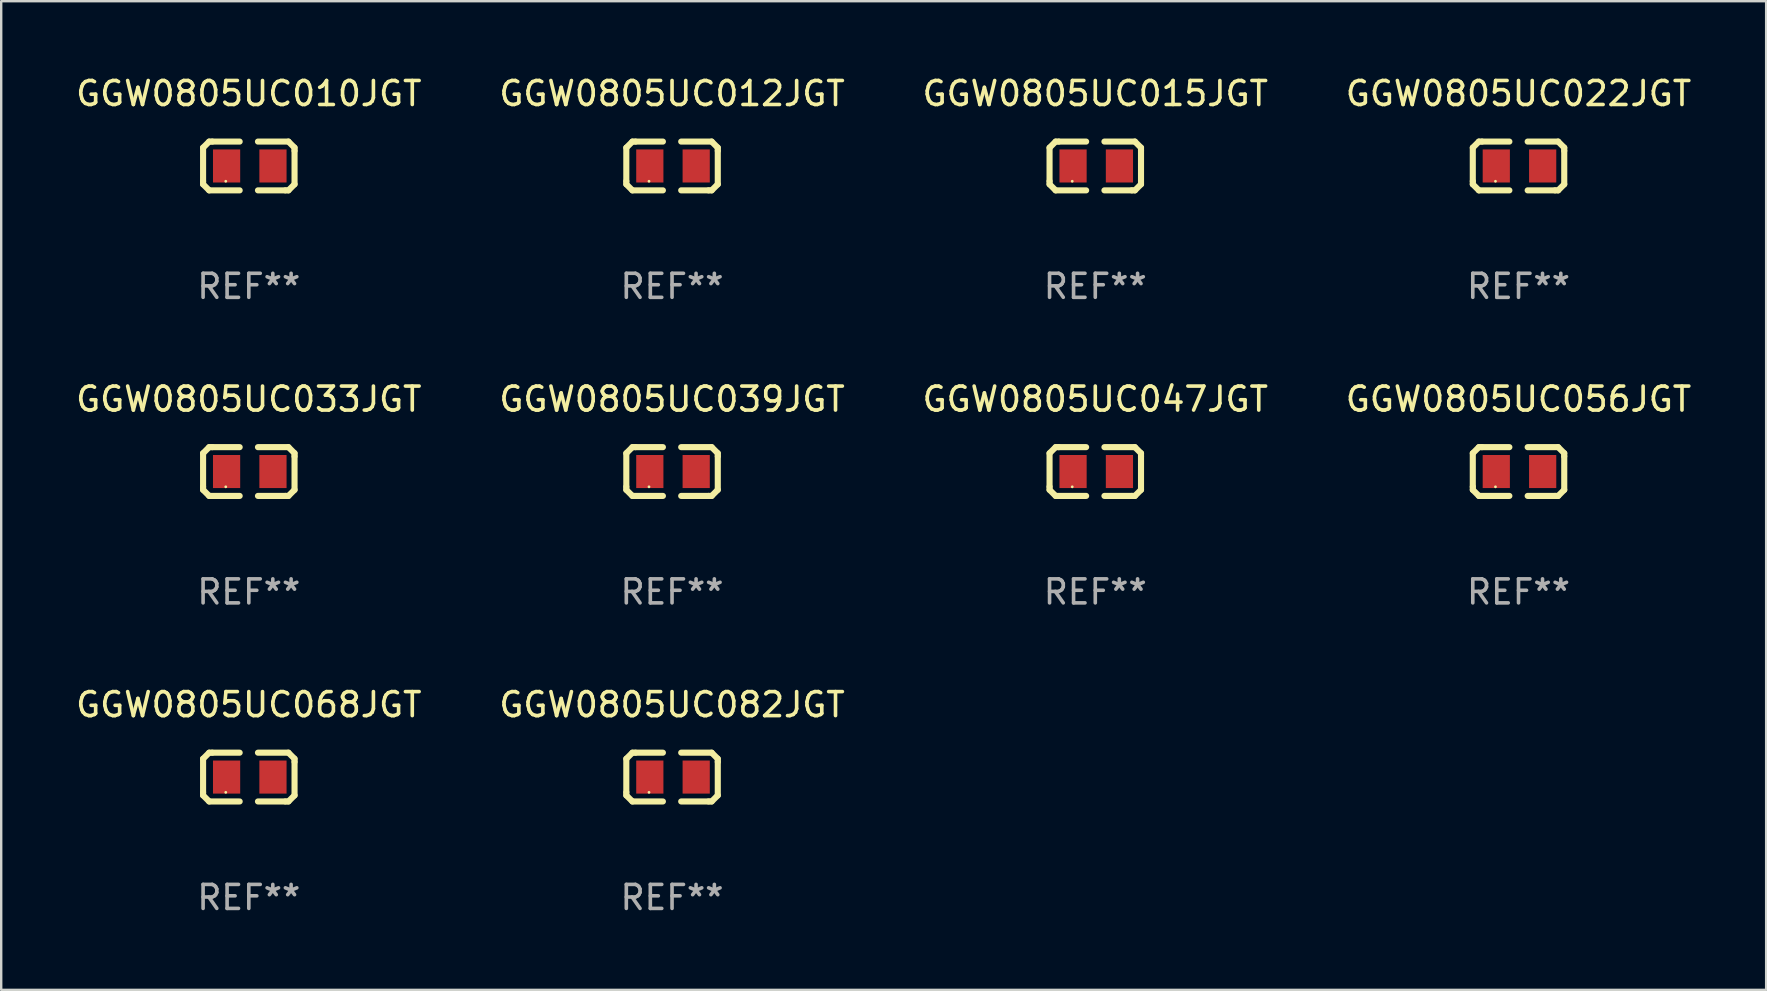
<source format=kicad_pcb>
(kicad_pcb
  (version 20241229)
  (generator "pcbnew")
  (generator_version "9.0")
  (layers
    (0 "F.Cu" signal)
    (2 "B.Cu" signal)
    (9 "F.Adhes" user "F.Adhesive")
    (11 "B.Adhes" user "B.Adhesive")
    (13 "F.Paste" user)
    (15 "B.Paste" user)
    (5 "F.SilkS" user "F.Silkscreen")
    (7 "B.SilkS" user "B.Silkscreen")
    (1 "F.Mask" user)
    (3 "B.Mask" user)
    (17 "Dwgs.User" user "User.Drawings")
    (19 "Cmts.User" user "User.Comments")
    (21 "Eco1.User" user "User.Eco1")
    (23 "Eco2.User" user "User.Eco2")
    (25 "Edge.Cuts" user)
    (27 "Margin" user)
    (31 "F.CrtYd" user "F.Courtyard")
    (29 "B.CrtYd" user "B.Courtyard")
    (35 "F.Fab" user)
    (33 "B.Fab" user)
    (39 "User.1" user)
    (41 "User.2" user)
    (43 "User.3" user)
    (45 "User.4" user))
  (footprint "GGW0805UC033JGT"
    (layer "F.Cu")
    (at 7.315 16.593)
    (property "Reference" "GGW0805UC033JGT" (at 0 -3.016 0) (layer "F.SilkS") (effects (font (size 1 1) (thickness 0.15))))
    (attr through_hole)
    (fp_line (start -1.905 -0.762) (end -1.905 0.635) (stroke (width 0.254) (type solid)) (layer "F.SilkS"))
    (fp_line (start -1.905 0.635) (end -1.905 0.762) (stroke (width 0.254) (type solid)) (layer "F.SilkS"))
    (fp_line (start -1.905 0.762) (end -1.651 1.016) (stroke (width 0.254) (type solid)) (layer "F.SilkS"))
    (fp_line (start -1.651 -1.016) (end -1.905 -0.762) (stroke (width 0.254) (type solid)) (layer "F.SilkS"))
    (fp_line (start -1.651 1.016) (end -0.381 1.016) (stroke (width 0.254) (type solid)) (layer "F.SilkS"))
    (fp_line (start -1.524 -1.016) (end -1.651 -1.016) (stroke (width 0.254) (type solid)) (layer "F.SilkS"))
    (fp_line (start -0.381 -1.016) (end -1.524 -1.016) (stroke (width 0.254) (type solid)) (layer "F.SilkS"))
    (fp_line (start 0.381 1.016) (end 1.524 1.016) (stroke (width 0.254) (type solid)) (layer "F.SilkS"))
    (fp_line (start 1.524 1.016) (end 1.651 1.016) (stroke (width 0.254) (type solid)) (layer "F.SilkS"))
    (fp_line (start 1.651 -1.016) (end 0.381 -1.016) (stroke (width 0.254) (type solid)) (layer "F.SilkS"))
    (fp_line (start 1.651 1.016) (end 1.905 0.762) (stroke (width 0.254) (type solid)) (layer "F.SilkS"))
    (fp_line (start 1.905 -0.762) (end 1.651 -1.016) (stroke (width 0.254) (type solid)) (layer "F.SilkS"))
    (fp_line (start 1.905 -0.635) (end 1.905 -0.762) (stroke (width 0.254) (type solid)) (layer "F.SilkS"))
    (fp_line (start 1.905 0.762) (end 1.905 -0.635) (stroke (width 0.254) (type solid)) (layer "F.SilkS"))
    (fp_circle (center -0.96 0.637) (end -0.93 0.637) (stroke (width 0.06) (type solid)) (fill no) (layer "F.SilkS"))
    (fp_text user "REF**" (at 0 5.016 0) (layer "F.Fab") (effects (font (size 1 1) (thickness 0.15))))
    (pad "1" smd rect (at -0.926 -0.000051) (size 1.133 1.377) (layers "F.Cu" "F.Mask" "F.Paste"))
    (pad "2" smd rect (at 1.006 -0.000051) (size 1.133 1.377) (layers "F.Cu" "F.Mask" "F.Paste")))
  (footprint "GGW0805UC082JGT"
    (layer "F.Cu")
    (at 24.946 29.321)
    (property "Reference" "GGW0805UC082JGT" (at 0 -3.016 0) (layer "F.SilkS") (effects (font (size 1 1) (thickness 0.15))))
    (attr through_hole)
    (fp_line (start -1.905 -0.762) (end -1.905 0.635) (stroke (width 0.254) (type solid)) (layer "F.SilkS"))
    (fp_line (start -1.905 0.635) (end -1.905 0.762) (stroke (width 0.254) (type solid)) (layer "F.SilkS"))
    (fp_line (start -1.905 0.762) (end -1.651 1.016) (stroke (width 0.254) (type solid)) (layer "F.SilkS"))
    (fp_line (start -1.651 -1.016) (end -1.905 -0.762) (stroke (width 0.254) (type solid)) (layer "F.SilkS"))
    (fp_line (start -1.651 1.016) (end -0.381 1.016) (stroke (width 0.254) (type solid)) (layer "F.SilkS"))
    (fp_line (start -1.524 -1.016) (end -1.651 -1.016) (stroke (width 0.254) (type solid)) (layer "F.SilkS"))
    (fp_line (start -0.381 -1.016) (end -1.524 -1.016) (stroke (width 0.254) (type solid)) (layer "F.SilkS"))
    (fp_line (start 0.381 1.016) (end 1.524 1.016) (stroke (width 0.254) (type solid)) (layer "F.SilkS"))
    (fp_line (start 1.524 1.016) (end 1.651 1.016) (stroke (width 0.254) (type solid)) (layer "F.SilkS"))
    (fp_line (start 1.651 -1.016) (end 0.381 -1.016) (stroke (width 0.254) (type solid)) (layer "F.SilkS"))
    (fp_line (start 1.651 1.016) (end 1.905 0.762) (stroke (width 0.254) (type solid)) (layer "F.SilkS"))
    (fp_line (start 1.905 -0.762) (end 1.651 -1.016) (stroke (width 0.254) (type solid)) (layer "F.SilkS"))
    (fp_line (start 1.905 -0.635) (end 1.905 -0.762) (stroke (width 0.254) (type solid)) (layer "F.SilkS"))
    (fp_line (start 1.905 0.762) (end 1.905 -0.635) (stroke (width 0.254) (type solid)) (layer "F.SilkS"))
    (fp_circle (center -0.96 0.637) (end -0.93 0.637) (stroke (width 0.06) (type solid)) (fill no) (layer "F.SilkS"))
    (fp_text user "REF**" (at 0 5.016 0) (layer "F.Fab") (effects (font (size 1 1) (thickness 0.15))))
    (pad "1" smd rect (at -0.926 -0.000051) (size 1.133 1.377) (layers "F.Cu" "F.Mask" "F.Paste"))
    (pad "2" smd rect (at 1.006 -0.000051) (size 1.133 1.377) (layers "F.Cu" "F.Mask" "F.Paste")))
  (footprint "GGW0805UC047JGT"
    (layer "F.Cu")
    (at 42.577 16.593)
    (property "Reference" "GGW0805UC047JGT" (at 0 -3.016 0) (layer "F.SilkS") (effects (font (size 1 1) (thickness 0.15))))
    (attr through_hole)
    (fp_line (start -1.905 -0.762) (end -1.905 0.635) (stroke (width 0.254) (type solid)) (layer "F.SilkS"))
    (fp_line (start -1.905 0.635) (end -1.905 0.762) (stroke (width 0.254) (type solid)) (layer "F.SilkS"))
    (fp_line (start -1.905 0.762) (end -1.651 1.016) (stroke (width 0.254) (type solid)) (layer "F.SilkS"))
    (fp_line (start -1.651 -1.016) (end -1.905 -0.762) (stroke (width 0.254) (type solid)) (layer "F.SilkS"))
    (fp_line (start -1.651 1.016) (end -0.381 1.016) (stroke (width 0.254) (type solid)) (layer "F.SilkS"))
    (fp_line (start -1.524 -1.016) (end -1.651 -1.016) (stroke (width 0.254) (type solid)) (layer "F.SilkS"))
    (fp_line (start -0.381 -1.016) (end -1.524 -1.016) (stroke (width 0.254) (type solid)) (layer "F.SilkS"))
    (fp_line (start 0.381 1.016) (end 1.524 1.016) (stroke (width 0.254) (type solid)) (layer "F.SilkS"))
    (fp_line (start 1.524 1.016) (end 1.651 1.016) (stroke (width 0.254) (type solid)) (layer "F.SilkS"))
    (fp_line (start 1.651 -1.016) (end 0.381 -1.016) (stroke (width 0.254) (type solid)) (layer "F.SilkS"))
    (fp_line (start 1.651 1.016) (end 1.905 0.762) (stroke (width 0.254) (type solid)) (layer "F.SilkS"))
    (fp_line (start 1.905 -0.762) (end 1.651 -1.016) (stroke (width 0.254) (type solid)) (layer "F.SilkS"))
    (fp_line (start 1.905 -0.635) (end 1.905 -0.762) (stroke (width 0.254) (type solid)) (layer "F.SilkS"))
    (fp_line (start 1.905 0.762) (end 1.905 -0.635) (stroke (width 0.254) (type solid)) (layer "F.SilkS"))
    (fp_circle (center -0.96 0.637) (end -0.93 0.637) (stroke (width 0.06) (type solid)) (fill no) (layer "F.SilkS"))
    (fp_text user "REF**" (at 0 5.016 0) (layer "F.Fab") (effects (font (size 1 1) (thickness 0.15))))
    (pad "1" smd rect (at -0.926 -0.000051) (size 1.133 1.377) (layers "F.Cu" "F.Mask" "F.Paste"))
    (pad "2" smd rect (at 1.006 -0.000051) (size 1.133 1.377) (layers "F.Cu" "F.Mask" "F.Paste")))
  (footprint "GGW0805UC056JGT"
    (layer "F.Cu")
    (at 60.208 16.593)
    (property "Reference" "GGW0805UC056JGT" (at 0 -3.016 0) (layer "F.SilkS") (effects (font (size 1 1) (thickness 0.15))))
    (attr through_hole)
    (fp_line (start -1.905 -0.762) (end -1.905 0.635) (stroke (width 0.254) (type solid)) (layer "F.SilkS"))
    (fp_line (start -1.905 0.635) (end -1.905 0.762) (stroke (width 0.254) (type solid)) (layer "F.SilkS"))
    (fp_line (start -1.905 0.762) (end -1.651 1.016) (stroke (width 0.254) (type solid)) (layer "F.SilkS"))
    (fp_line (start -1.651 -1.016) (end -1.905 -0.762) (stroke (width 0.254) (type solid)) (layer "F.SilkS"))
    (fp_line (start -1.651 1.016) (end -0.381 1.016) (stroke (width 0.254) (type solid)) (layer "F.SilkS"))
    (fp_line (start -1.524 -1.016) (end -1.651 -1.016) (stroke (width 0.254) (type solid)) (layer "F.SilkS"))
    (fp_line (start -0.381 -1.016) (end -1.524 -1.016) (stroke (width 0.254) (type solid)) (layer "F.SilkS"))
    (fp_line (start 0.381 1.016) (end 1.524 1.016) (stroke (width 0.254) (type solid)) (layer "F.SilkS"))
    (fp_line (start 1.524 1.016) (end 1.651 1.016) (stroke (width 0.254) (type solid)) (layer "F.SilkS"))
    (fp_line (start 1.651 -1.016) (end 0.381 -1.016) (stroke (width 0.254) (type solid)) (layer "F.SilkS"))
    (fp_line (start 1.651 1.016) (end 1.905 0.762) (stroke (width 0.254) (type solid)) (layer "F.SilkS"))
    (fp_line (start 1.905 -0.762) (end 1.651 -1.016) (stroke (width 0.254) (type solid)) (layer "F.SilkS"))
    (fp_line (start 1.905 -0.635) (end 1.905 -0.762) (stroke (width 0.254) (type solid)) (layer "F.SilkS"))
    (fp_line (start 1.905 0.762) (end 1.905 -0.635) (stroke (width 0.254) (type solid)) (layer "F.SilkS"))
    (fp_circle (center -0.96 0.637) (end -0.93 0.637) (stroke (width 0.06) (type solid)) (fill no) (layer "F.SilkS"))
    (fp_text user "REF**" (at 0 5.016 0) (layer "F.Fab") (effects (font (size 1 1) (thickness 0.15))))
    (pad "1" smd rect (at -0.926 -0.000051) (size 1.133 1.377) (layers "F.Cu" "F.Mask" "F.Paste"))
    (pad "2" smd rect (at 1.006 -0.000051) (size 1.133 1.377) (layers "F.Cu" "F.Mask" "F.Paste")))
  (footprint "GGW0805UC068JGT"
    (layer "F.Cu")
    (at 7.315 29.321)
    (property "Reference" "GGW0805UC068JGT" (at 0 -3.016 0) (layer "F.SilkS") (effects (font (size 1 1) (thickness 0.15))))
    (attr through_hole)
    (fp_line (start -1.905 -0.762) (end -1.905 0.635) (stroke (width 0.254) (type solid)) (layer "F.SilkS"))
    (fp_line (start -1.905 0.635) (end -1.905 0.762) (stroke (width 0.254) (type solid)) (layer "F.SilkS"))
    (fp_line (start -1.905 0.762) (end -1.651 1.016) (stroke (width 0.254) (type solid)) (layer "F.SilkS"))
    (fp_line (start -1.651 -1.016) (end -1.905 -0.762) (stroke (width 0.254) (type solid)) (layer "F.SilkS"))
    (fp_line (start -1.651 1.016) (end -0.381 1.016) (stroke (width 0.254) (type solid)) (layer "F.SilkS"))
    (fp_line (start -1.524 -1.016) (end -1.651 -1.016) (stroke (width 0.254) (type solid)) (layer "F.SilkS"))
    (fp_line (start -0.381 -1.016) (end -1.524 -1.016) (stroke (width 0.254) (type solid)) (layer "F.SilkS"))
    (fp_line (start 0.381 1.016) (end 1.524 1.016) (stroke (width 0.254) (type solid)) (layer "F.SilkS"))
    (fp_line (start 1.524 1.016) (end 1.651 1.016) (stroke (width 0.254) (type solid)) (layer "F.SilkS"))
    (fp_line (start 1.651 -1.016) (end 0.381 -1.016) (stroke (width 0.254) (type solid)) (layer "F.SilkS"))
    (fp_line (start 1.651 1.016) (end 1.905 0.762) (stroke (width 0.254) (type solid)) (layer "F.SilkS"))
    (fp_line (start 1.905 -0.762) (end 1.651 -1.016) (stroke (width 0.254) (type solid)) (layer "F.SilkS"))
    (fp_line (start 1.905 -0.635) (end 1.905 -0.762) (stroke (width 0.254) (type solid)) (layer "F.SilkS"))
    (fp_line (start 1.905 0.762) (end 1.905 -0.635) (stroke (width 0.254) (type solid)) (layer "F.SilkS"))
    (fp_circle (center -0.96 0.637) (end -0.93 0.637) (stroke (width 0.06) (type solid)) (fill no) (layer "F.SilkS"))
    (fp_text user "REF**" (at 0 5.016 0) (layer "F.Fab") (effects (font (size 1 1) (thickness 0.15))))
    (pad "1" smd rect (at -0.926 -0.000051) (size 1.133 1.377) (layers "F.Cu" "F.Mask" "F.Paste"))
    (pad "2" smd rect (at 1.006 -0.000051) (size 1.133 1.377) (layers "F.Cu" "F.Mask" "F.Paste")))
  (footprint "GGW0805UC039JGT"
    (layer "F.Cu")
    (at 24.946 16.593)
    (property "Reference" "GGW0805UC039JGT" (at 0 -3.016 0) (layer "F.SilkS") (effects (font (size 1 1) (thickness 0.15))))
    (attr through_hole)
    (fp_line (start -1.905 -0.762) (end -1.905 0.635) (stroke (width 0.254) (type solid)) (layer "F.SilkS"))
    (fp_line (start -1.905 0.635) (end -1.905 0.762) (stroke (width 0.254) (type solid)) (layer "F.SilkS"))
    (fp_line (start -1.905 0.762) (end -1.651 1.016) (stroke (width 0.254) (type solid)) (layer "F.SilkS"))
    (fp_line (start -1.651 -1.016) (end -1.905 -0.762) (stroke (width 0.254) (type solid)) (layer "F.SilkS"))
    (fp_line (start -1.651 1.016) (end -0.381 1.016) (stroke (width 0.254) (type solid)) (layer "F.SilkS"))
    (fp_line (start -1.524 -1.016) (end -1.651 -1.016) (stroke (width 0.254) (type solid)) (layer "F.SilkS"))
    (fp_line (start -0.381 -1.016) (end -1.524 -1.016) (stroke (width 0.254) (type solid)) (layer "F.SilkS"))
    (fp_line (start 0.381 1.016) (end 1.524 1.016) (stroke (width 0.254) (type solid)) (layer "F.SilkS"))
    (fp_line (start 1.524 1.016) (end 1.651 1.016) (stroke (width 0.254) (type solid)) (layer "F.SilkS"))
    (fp_line (start 1.651 -1.016) (end 0.381 -1.016) (stroke (width 0.254) (type solid)) (layer "F.SilkS"))
    (fp_line (start 1.651 1.016) (end 1.905 0.762) (stroke (width 0.254) (type solid)) (layer "F.SilkS"))
    (fp_line (start 1.905 -0.762) (end 1.651 -1.016) (stroke (width 0.254) (type solid)) (layer "F.SilkS"))
    (fp_line (start 1.905 -0.635) (end 1.905 -0.762) (stroke (width 0.254) (type solid)) (layer "F.SilkS"))
    (fp_line (start 1.905 0.762) (end 1.905 -0.635) (stroke (width 0.254) (type solid)) (layer "F.SilkS"))
    (fp_circle (center -0.96 0.637) (end -0.93 0.637) (stroke (width 0.06) (type solid)) (fill no) (layer "F.SilkS"))
    (fp_text user "REF**" (at 0 5.016 0) (layer "F.Fab") (effects (font (size 1 1) (thickness 0.15))))
    (pad "1" smd rect (at -0.926 -0.000051) (size 1.133 1.377) (layers "F.Cu" "F.Mask" "F.Paste"))
    (pad "2" smd rect (at 1.006 -0.000051) (size 1.133 1.377) (layers "F.Cu" "F.Mask" "F.Paste")))
  (footprint "GGW0805UC015JGT"
    (layer "F.Cu")
    (at 42.577 3.864)
    (property "Reference" "GGW0805UC015JGT" (at 0 -3.016 0) (layer "F.SilkS") (effects (font (size 1 1) (thickness 0.15))))
    (attr through_hole)
    (fp_line (start -1.905 -0.762) (end -1.905 0.635) (stroke (width 0.254) (type solid)) (layer "F.SilkS"))
    (fp_line (start -1.905 0.635) (end -1.905 0.762) (stroke (width 0.254) (type solid)) (layer "F.SilkS"))
    (fp_line (start -1.905 0.762) (end -1.651 1.016) (stroke (width 0.254) (type solid)) (layer "F.SilkS"))
    (fp_line (start -1.651 -1.016) (end -1.905 -0.762) (stroke (width 0.254) (type solid)) (layer "F.SilkS"))
    (fp_line (start -1.651 1.016) (end -0.381 1.016) (stroke (width 0.254) (type solid)) (layer "F.SilkS"))
    (fp_line (start -1.524 -1.016) (end -1.651 -1.016) (stroke (width 0.254) (type solid)) (layer "F.SilkS"))
    (fp_line (start -0.381 -1.016) (end -1.524 -1.016) (stroke (width 0.254) (type solid)) (layer "F.SilkS"))
    (fp_line (start 0.381 1.016) (end 1.524 1.016) (stroke (width 0.254) (type solid)) (layer "F.SilkS"))
    (fp_line (start 1.524 1.016) (end 1.651 1.016) (stroke (width 0.254) (type solid)) (layer "F.SilkS"))
    (fp_line (start 1.651 -1.016) (end 0.381 -1.016) (stroke (width 0.254) (type solid)) (layer "F.SilkS"))
    (fp_line (start 1.651 1.016) (end 1.905 0.762) (stroke (width 0.254) (type solid)) (layer "F.SilkS"))
    (fp_line (start 1.905 -0.762) (end 1.651 -1.016) (stroke (width 0.254) (type solid)) (layer "F.SilkS"))
    (fp_line (start 1.905 -0.635) (end 1.905 -0.762) (stroke (width 0.254) (type solid)) (layer "F.SilkS"))
    (fp_line (start 1.905 0.762) (end 1.905 -0.635) (stroke (width 0.254) (type solid)) (layer "F.SilkS"))
    (fp_circle (center -0.96 0.637) (end -0.93 0.637) (stroke (width 0.06) (type solid)) (fill no) (layer "F.SilkS"))
    (fp_text user "REF**" (at 0 5.016 0) (layer "F.Fab") (effects (font (size 1 1) (thickness 0.15))))
    (pad "1" smd rect (at -0.926 -0.000051) (size 1.133 1.377) (layers "F.Cu" "F.Mask" "F.Paste"))
    (pad "2" smd rect (at 1.006 -0.000051) (size 1.133 1.377) (layers "F.Cu" "F.Mask" "F.Paste")))
  (footprint "GGW0805UC022JGT"
    (layer "F.Cu")
    (at 60.208 3.864)
    (property "Reference" "GGW0805UC022JGT" (at 0 -3.016 0) (layer "F.SilkS") (effects (font (size 1 1) (thickness 0.15))))
    (attr through_hole)
    (fp_line (start -1.905 -0.762) (end -1.905 0.635) (stroke (width 0.254) (type solid)) (layer "F.SilkS"))
    (fp_line (start -1.905 0.635) (end -1.905 0.762) (stroke (width 0.254) (type solid)) (layer "F.SilkS"))
    (fp_line (start -1.905 0.762) (end -1.651 1.016) (stroke (width 0.254) (type solid)) (layer "F.SilkS"))
    (fp_line (start -1.651 -1.016) (end -1.905 -0.762) (stroke (width 0.254) (type solid)) (layer "F.SilkS"))
    (fp_line (start -1.651 1.016) (end -0.381 1.016) (stroke (width 0.254) (type solid)) (layer "F.SilkS"))
    (fp_line (start -1.524 -1.016) (end -1.651 -1.016) (stroke (width 0.254) (type solid)) (layer "F.SilkS"))
    (fp_line (start -0.381 -1.016) (end -1.524 -1.016) (stroke (width 0.254) (type solid)) (layer "F.SilkS"))
    (fp_line (start 0.381 1.016) (end 1.524 1.016) (stroke (width 0.254) (type solid)) (layer "F.SilkS"))
    (fp_line (start 1.524 1.016) (end 1.651 1.016) (stroke (width 0.254) (type solid)) (layer "F.SilkS"))
    (fp_line (start 1.651 -1.016) (end 0.381 -1.016) (stroke (width 0.254) (type solid)) (layer "F.SilkS"))
    (fp_line (start 1.651 1.016) (end 1.905 0.762) (stroke (width 0.254) (type solid)) (layer "F.SilkS"))
    (fp_line (start 1.905 -0.762) (end 1.651 -1.016) (stroke (width 0.254) (type solid)) (layer "F.SilkS"))
    (fp_line (start 1.905 -0.635) (end 1.905 -0.762) (stroke (width 0.254) (type solid)) (layer "F.SilkS"))
    (fp_line (start 1.905 0.762) (end 1.905 -0.635) (stroke (width 0.254) (type solid)) (layer "F.SilkS"))
    (fp_circle (center -0.96 0.637) (end -0.93 0.637) (stroke (width 0.06) (type solid)) (fill no) (layer "F.SilkS"))
    (fp_text user "REF**" (at 0 5.016 0) (layer "F.Fab") (effects (font (size 1 1) (thickness 0.15))))
    (pad "1" smd rect (at -0.926 -0.000051) (size 1.133 1.377) (layers "F.Cu" "F.Mask" "F.Paste"))
    (pad "2" smd rect (at 1.006 -0.000051) (size 1.133 1.377) (layers "F.Cu" "F.Mask" "F.Paste")))
  (footprint "GGW0805UC012JGT"
    (layer "F.Cu")
    (at 24.946 3.864)
    (property "Reference" "GGW0805UC012JGT" (at 0 -3.016 0) (layer "F.SilkS") (effects (font (size 1 1) (thickness 0.15))))
    (attr through_hole)
    (fp_line (start -1.905 -0.762) (end -1.905 0.635) (stroke (width 0.254) (type solid)) (layer "F.SilkS"))
    (fp_line (start -1.905 0.635) (end -1.905 0.762) (stroke (width 0.254) (type solid)) (layer "F.SilkS"))
    (fp_line (start -1.905 0.762) (end -1.651 1.016) (stroke (width 0.254) (type solid)) (layer "F.SilkS"))
    (fp_line (start -1.651 -1.016) (end -1.905 -0.762) (stroke (width 0.254) (type solid)) (layer "F.SilkS"))
    (fp_line (start -1.651 1.016) (end -0.381 1.016) (stroke (width 0.254) (type solid)) (layer "F.SilkS"))
    (fp_line (start -1.524 -1.016) (end -1.651 -1.016) (stroke (width 0.254) (type solid)) (layer "F.SilkS"))
    (fp_line (start -0.381 -1.016) (end -1.524 -1.016) (stroke (width 0.254) (type solid)) (layer "F.SilkS"))
    (fp_line (start 0.381 1.016) (end 1.524 1.016) (stroke (width 0.254) (type solid)) (layer "F.SilkS"))
    (fp_line (start 1.524 1.016) (end 1.651 1.016) (stroke (width 0.254) (type solid)) (layer "F.SilkS"))
    (fp_line (start 1.651 -1.016) (end 0.381 -1.016) (stroke (width 0.254) (type solid)) (layer "F.SilkS"))
    (fp_line (start 1.651 1.016) (end 1.905 0.762) (stroke (width 0.254) (type solid)) (layer "F.SilkS"))
    (fp_line (start 1.905 -0.762) (end 1.651 -1.016) (stroke (width 0.254) (type solid)) (layer "F.SilkS"))
    (fp_line (start 1.905 -0.635) (end 1.905 -0.762) (stroke (width 0.254) (type solid)) (layer "F.SilkS"))
    (fp_line (start 1.905 0.762) (end 1.905 -0.635) (stroke (width 0.254) (type solid)) (layer "F.SilkS"))
    (fp_circle (center -0.96 0.637) (end -0.93 0.637) (stroke (width 0.06) (type solid)) (fill no) (layer "F.SilkS"))
    (fp_text user "REF**" (at 0 5.016 0) (layer "F.Fab") (effects (font (size 1 1) (thickness 0.15))))
    (pad "1" smd rect (at -0.926 -0.000051) (size 1.133 1.377) (layers "F.Cu" "F.Mask" "F.Paste"))
    (pad "2" smd rect (at 1.006 -0.000051) (size 1.133 1.377) (layers "F.Cu" "F.Mask" "F.Paste")))
  (footprint "GGW0805UC010JGT"
    (layer "F.Cu")
    (at 7.315 3.864)
    (property "Reference" "GGW0805UC010JGT" (at 0 -3.016 0) (layer "F.SilkS") (effects (font (size 1 1) (thickness 0.15))))
    (attr through_hole)
    (fp_line (start -1.905 -0.762) (end -1.905 0.635) (stroke (width 0.254) (type solid)) (layer "F.SilkS"))
    (fp_line (start -1.905 0.635) (end -1.905 0.762) (stroke (width 0.254) (type solid)) (layer "F.SilkS"))
    (fp_line (start -1.905 0.762) (end -1.651 1.016) (stroke (width 0.254) (type solid)) (layer "F.SilkS"))
    (fp_line (start -1.651 -1.016) (end -1.905 -0.762) (stroke (width 0.254) (type solid)) (layer "F.SilkS"))
    (fp_line (start -1.651 1.016) (end -0.381 1.016) (stroke (width 0.254) (type solid)) (layer "F.SilkS"))
    (fp_line (start -1.524 -1.016) (end -1.651 -1.016) (stroke (width 0.254) (type solid)) (layer "F.SilkS"))
    (fp_line (start -0.381 -1.016) (end -1.524 -1.016) (stroke (width 0.254) (type solid)) (layer "F.SilkS"))
    (fp_line (start 0.381 1.016) (end 1.524 1.016) (stroke (width 0.254) (type solid)) (layer "F.SilkS"))
    (fp_line (start 1.524 1.016) (end 1.651 1.016) (stroke (width 0.254) (type solid)) (layer "F.SilkS"))
    (fp_line (start 1.651 -1.016) (end 0.381 -1.016) (stroke (width 0.254) (type solid)) (layer "F.SilkS"))
    (fp_line (start 1.651 1.016) (end 1.905 0.762) (stroke (width 0.254) (type solid)) (layer "F.SilkS"))
    (fp_line (start 1.905 -0.762) (end 1.651 -1.016) (stroke (width 0.254) (type solid)) (layer "F.SilkS"))
    (fp_line (start 1.905 -0.635) (end 1.905 -0.762) (stroke (width 0.254) (type solid)) (layer "F.SilkS"))
    (fp_line (start 1.905 0.762) (end 1.905 -0.635) (stroke (width 0.254) (type solid)) (layer "F.SilkS"))
    (fp_circle (center -0.96 0.637) (end -0.93 0.637) (stroke (width 0.06) (type solid)) (fill no) (layer "F.SilkS"))
    (fp_text user "REF**" (at 0 5.016 0) (layer "F.Fab") (effects (font (size 1 1) (thickness 0.15))))
    (pad "1" smd rect (at -0.926 -0.000051) (size 1.133 1.377) (layers "F.Cu" "F.Mask" "F.Paste"))
    (pad "2" smd rect (at 1.006 -0.000051) (size 1.133 1.377) (layers "F.Cu" "F.Mask" "F.Paste")))
  (gr_rect
    (start -3 -3)
    (end 70.524 38.186)
    (stroke (width 0.1) (type default))
    (fill no)
    (layer "Edge.Cuts")))
</source>
